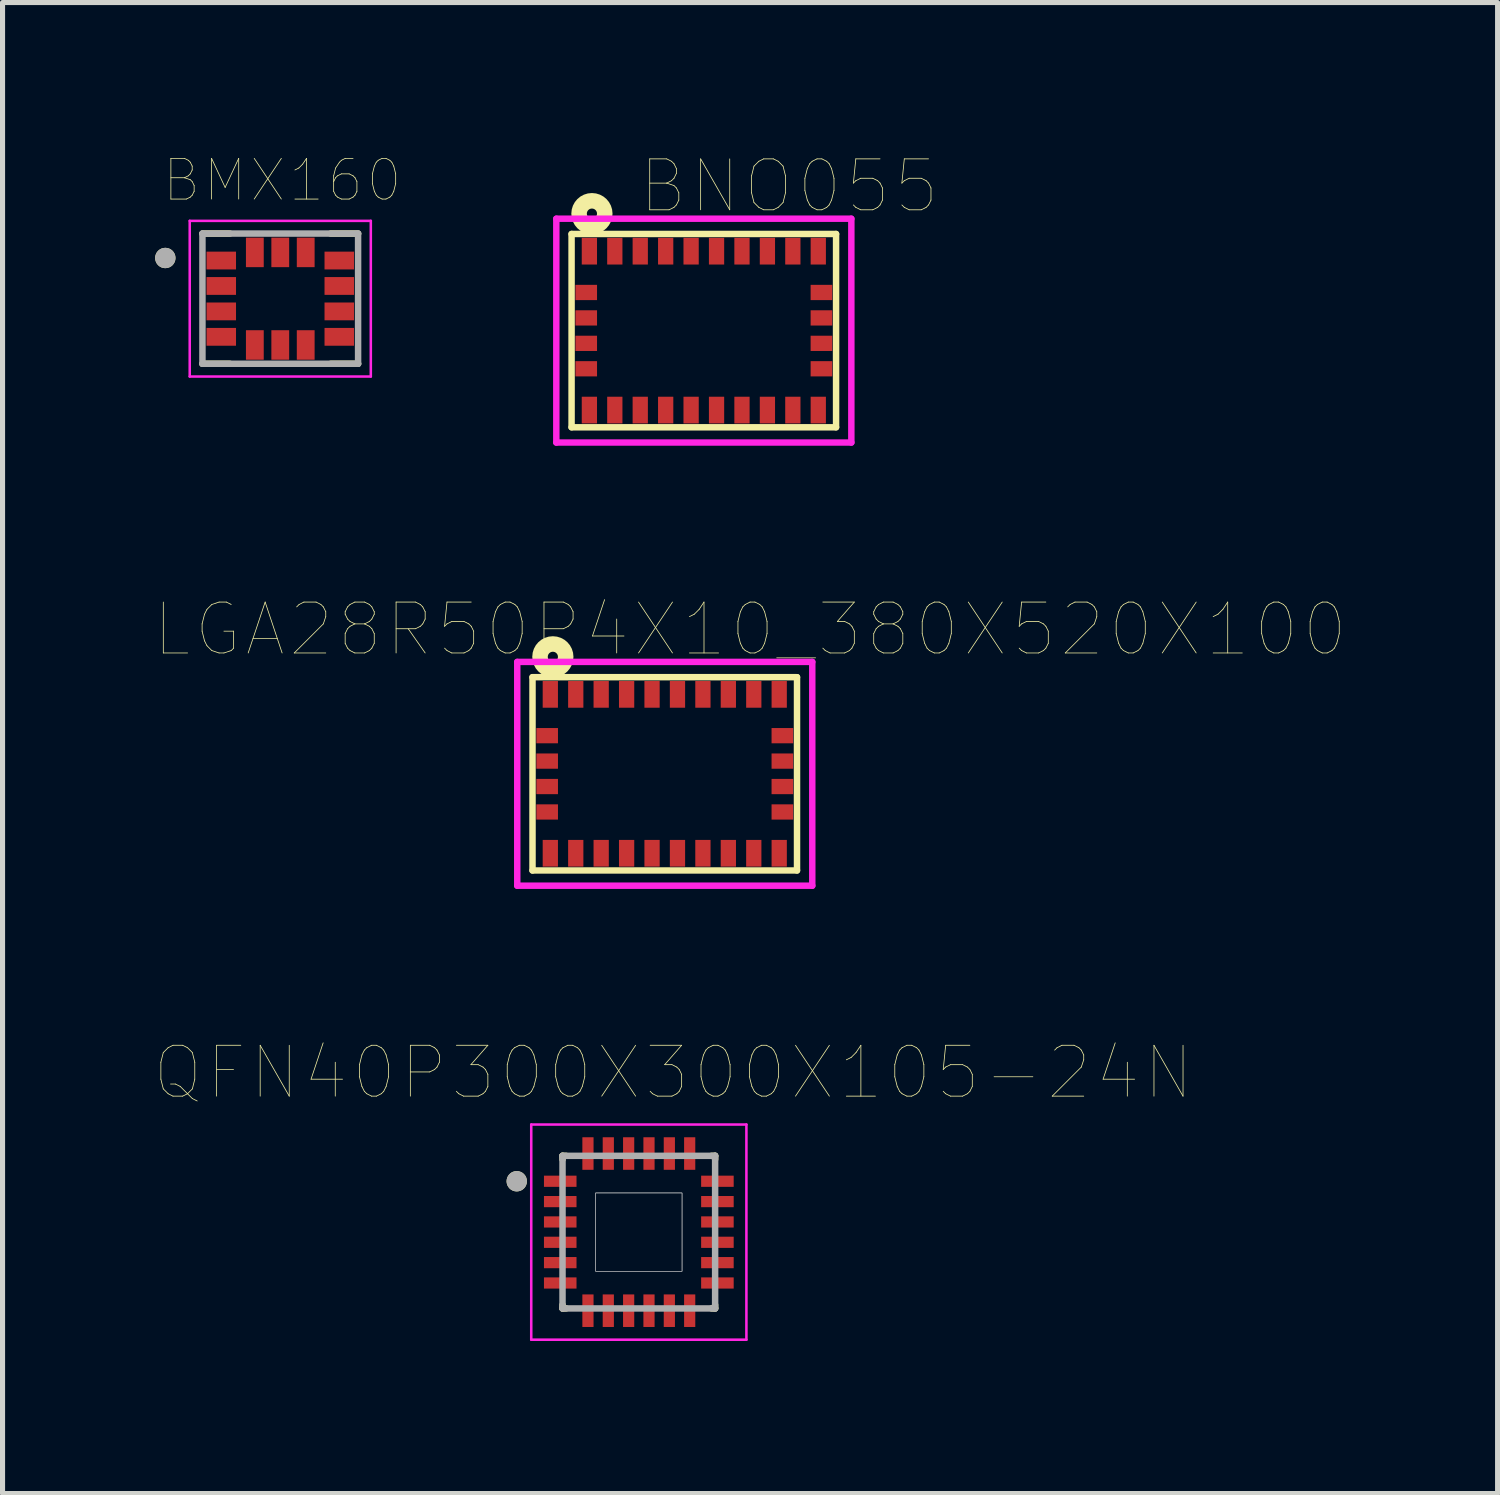
<source format=kicad_pcb>
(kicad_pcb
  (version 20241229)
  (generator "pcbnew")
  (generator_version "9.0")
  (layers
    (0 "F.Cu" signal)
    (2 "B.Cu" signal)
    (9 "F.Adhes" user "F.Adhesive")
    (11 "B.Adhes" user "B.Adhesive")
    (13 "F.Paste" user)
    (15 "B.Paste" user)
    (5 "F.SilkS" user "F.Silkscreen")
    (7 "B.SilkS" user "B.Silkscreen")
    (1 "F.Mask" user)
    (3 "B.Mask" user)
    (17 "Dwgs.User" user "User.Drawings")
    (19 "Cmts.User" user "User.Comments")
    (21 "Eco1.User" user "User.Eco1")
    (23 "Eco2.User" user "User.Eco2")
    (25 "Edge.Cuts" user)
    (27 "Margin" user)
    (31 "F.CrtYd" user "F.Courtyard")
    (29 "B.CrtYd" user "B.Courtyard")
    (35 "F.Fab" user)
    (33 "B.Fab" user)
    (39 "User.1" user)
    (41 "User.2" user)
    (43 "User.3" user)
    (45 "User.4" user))
  (footprint "QFN40P300X300X105-24N"
    (layer "F.Cu")
    (at 9.509 21.173)
    (property "Reference" "QFN40P300X300X105-24N" (at 0.675 -3.135 0) (layer "F.SilkS") (effects (font (size 1 1) (thickness 0.015))))
    (attr through_hole)
    (fp_line (start -1.5 -1.5) (end -1.5 -1.43) (stroke (width 0.127) (type solid)) (layer "F.SilkS"))
    (fp_line (start -1.5 1.43) (end -1.5 1.5) (stroke (width 0.127) (type solid)) (layer "F.SilkS"))
    (fp_line (start -1.5 1.5) (end -1.43 1.5) (stroke (width 0.127) (type solid)) (layer "F.SilkS"))
    (fp_line (start -1.43 -1.5) (end -1.5 -1.5) (stroke (width 0.127) (type solid)) (layer "F.SilkS"))
    (fp_line (start 1.43 1.5) (end 1.5 1.5) (stroke (width 0.127) (type solid)) (layer "F.SilkS"))
    (fp_line (start 1.5 -1.5) (end 1.43 -1.5) (stroke (width 0.127) (type solid)) (layer "F.SilkS"))
    (fp_line (start 1.5 -1.43) (end 1.5 -1.5) (stroke (width 0.127) (type solid)) (layer "F.SilkS"))
    (fp_line (start 1.5 1.5) (end 1.5 1.43) (stroke (width 0.127) (type solid)) (layer "F.SilkS"))
    (fp_circle (center -2.4 -1) (end -2.3 -1) (stroke (width 0.2) (type solid)) (fill no) (layer "F.SilkS"))
    (fp_poly (pts (xy -0.85 -0.77) (xy 0.85 -0.77) (xy 0.85 0.77) (xy -0.85 0.77)) (stroke (width 0.01) (type solid)) (fill no) (layer "Dwgs.User"))
    (fp_poly (pts (xy -0.85 -0.77) (xy 0.85 -0.77) (xy 0.85 0.77) (xy -0.85 0.77)) (stroke (width 0.01) (type solid)) (fill no) (layer "Dwgs.User"))
    (fp_line (start -2.115 -2.115) (end 2.115 -2.115) (stroke (width 0.05) (type solid)) (layer "F.CrtYd"))
    (fp_line (start -2.115 2.115) (end -2.115 -2.115) (stroke (width 0.05) (type solid)) (layer "F.CrtYd"))
    (fp_line (start 2.115 -2.115) (end 2.115 2.115) (stroke (width 0.05) (type solid)) (layer "F.CrtYd"))
    (fp_line (start 2.115 2.115) (end -2.115 2.115) (stroke (width 0.05) (type solid)) (layer "F.CrtYd"))
    (fp_line (start -1.5 -1.5) (end 1.5 -1.5) (stroke (width 0.127) (type solid)) (layer "F.Fab"))
    (fp_line (start -1.5 1.5) (end -1.5 -1.5) (stroke (width 0.127) (type solid)) (layer "F.Fab"))
    (fp_line (start 1.5 -1.5) (end 1.5 1.5) (stroke (width 0.127) (type solid)) (layer "F.Fab"))
    (fp_line (start 1.5 1.5) (end -1.5 1.5) (stroke (width 0.127) (type solid)) (layer "F.Fab"))
    (fp_circle (center -2.4 -1) (end -2.3 -1) (stroke (width 0.2) (type solid)) (fill no) (layer "F.Fab"))
    (pad "1" smd rect (at -1.545 -1) (size 0.64 0.22) (layers "F.Cu" "F.Mask" "F.Paste"))
    (pad "2" smd rect (at -1.545 -0.6) (size 0.64 0.22) (layers "F.Cu" "F.Mask" "F.Paste"))
    (pad "3" smd rect (at -1.545 -0.2) (size 0.64 0.22) (layers "F.Cu" "F.Mask" "F.Paste"))
    (pad "4" smd rect (at -1.545 0.2) (size 0.64 0.22) (layers "F.Cu" "F.Mask" "F.Paste"))
    (pad "5" smd rect (at -1.545 0.6) (size 0.64 0.22) (layers "F.Cu" "F.Mask" "F.Paste"))
    (pad "6" smd rect (at -1.545 1) (size 0.64 0.22) (layers "F.Cu" "F.Mask" "F.Paste"))
    (pad "7" smd rect (at -1 1.545) (size 0.22 0.64) (layers "F.Cu" "F.Mask" "F.Paste"))
    (pad "8" smd rect (at -0.6 1.545) (size 0.22 0.64) (layers "F.Cu" "F.Mask" "F.Paste"))
    (pad "9" smd rect (at -0.2 1.545) (size 0.22 0.64) (layers "F.Cu" "F.Mask" "F.Paste"))
    (pad "10" smd rect (at 0.2 1.545) (size 0.22 0.64) (layers "F.Cu" "F.Mask" "F.Paste"))
    (pad "11" smd rect (at 0.6 1.545) (size 0.22 0.64) (layers "F.Cu" "F.Mask" "F.Paste"))
    (pad "12" smd rect (at 1 1.545) (size 0.22 0.64) (layers "F.Cu" "F.Mask" "F.Paste"))
    (pad "13" smd rect (at 1.545 1) (size 0.64 0.22) (layers "F.Cu" "F.Mask" "F.Paste"))
    (pad "14" smd rect (at 1.545 0.6) (size 0.64 0.22) (layers "F.Cu" "F.Mask" "F.Paste"))
    (pad "15" smd rect (at 1.545 0.2) (size 0.64 0.22) (layers "F.Cu" "F.Mask" "F.Paste"))
    (pad "16" smd rect (at 1.545 -0.2) (size 0.64 0.22) (layers "F.Cu" "F.Mask" "F.Paste"))
    (pad "17" smd rect (at 1.545 -0.6) (size 0.64 0.22) (layers "F.Cu" "F.Mask" "F.Paste"))
    (pad "18" smd rect (at 1.545 -1) (size 0.64 0.22) (layers "F.Cu" "F.Mask" "F.Paste"))
    (pad "19" smd rect (at 1 -1.545) (size 0.22 0.64) (layers "F.Cu" "F.Mask" "F.Paste"))
    (pad "20" smd rect (at 0.6 -1.545) (size 0.22 0.64) (layers "F.Cu" "F.Mask" "F.Paste"))
    (pad "21" smd rect (at 0.2 -1.545) (size 0.22 0.64) (layers "F.Cu" "F.Mask" "F.Paste"))
    (pad "22" smd rect (at -0.2 -1.545) (size 0.22 0.64) (layers "F.Cu" "F.Mask" "F.Paste"))
    (pad "23" smd rect (at -0.6 -1.545) (size 0.22 0.64) (layers "F.Cu" "F.Mask" "F.Paste"))
    (pad "24" smd rect (at -1 -1.545) (size 0.22 0.64) (layers "F.Cu" "F.Mask" "F.Paste")))
  (footprint "LGA28R50P4X10_380X520X100"
    (layer "F.Cu")
    (at 10.019 12.163)
    (property "Reference" "LGA28R50P4X10_380X520X100" (at 1.677 -2.838 0) (layer "F.SilkS") (effects (font (size 1.001 1.001) (thickness 0.015))))
    (attr through_hole)
    (fp_line (start -2.6 -1.9) (end -2.6 1.9) (stroke (width 0.127) (type solid)) (layer "F.SilkS"))
    (fp_line (start -2.6 1.9) (end 2.6 1.9) (stroke (width 0.127) (type solid)) (layer "F.SilkS"))
    (fp_line (start 2.6 -1.9) (end -2.6 -1.9) (stroke (width 0.127) (type solid)) (layer "F.SilkS"))
    (fp_line (start 2.6 1.9) (end 2.6 -1.9) (stroke (width 0.127) (type solid)) (layer "F.SilkS"))
    (fp_circle (center -2.2 -2.3) (end -2.1 -2.3) (stroke (width 0.305) (type solid)) (fill no) (layer "F.SilkS"))
    (fp_line (start -2.9 -2.2) (end 2.9 -2.2) (stroke (width 0.127) (type solid)) (layer "F.CrtYd"))
    (fp_line (start -2.9 2.2) (end -2.9 -2.2) (stroke (width 0.127) (type solid)) (layer "F.CrtYd"))
    (fp_line (start 2.9 -2.2) (end 2.9 2.2) (stroke (width 0.127) (type solid)) (layer "F.CrtYd"))
    (fp_line (start 2.9 2.2) (end -2.9 2.2) (stroke (width 0.127) (type solid)) (layer "F.CrtYd"))
    (pad "1" smd rect (at -2.25 -1.562) (size 0.3 0.525) (layers "F.Cu" "F.Mask" "F.Paste"))
    (pad "2" smd rect (at -2.312 -0.75) (size 0.425 0.3) (layers "F.Cu" "F.Mask" "F.Paste"))
    (pad "3" smd rect (at -2.312 -0.25) (size 0.425 0.3) (layers "F.Cu" "F.Mask" "F.Paste"))
    (pad "4" smd rect (at -2.312 0.25) (size 0.425 0.3) (layers "F.Cu" "F.Mask" "F.Paste"))
    (pad "5" smd rect (at -2.312 0.75) (size 0.425 0.3) (layers "F.Cu" "F.Mask" "F.Paste"))
    (pad "6" smd rect (at -2.25 1.562) (size 0.3 0.525) (layers "F.Cu" "F.Mask" "F.Paste"))
    (pad "7" smd rect (at -1.75 1.562) (size 0.3 0.525) (layers "F.Cu" "F.Mask" "F.Paste"))
    (pad "8" smd rect (at -1.25 1.562) (size 0.3 0.525) (layers "F.Cu" "F.Mask" "F.Paste"))
    (pad "9" smd rect (at -0.75 1.562) (size 0.3 0.525) (layers "F.Cu" "F.Mask" "F.Paste"))
    (pad "10" smd rect (at -0.25 1.562) (size 0.3 0.525) (layers "F.Cu" "F.Mask" "F.Paste"))
    (pad "11" smd rect (at 0.25 1.562) (size 0.3 0.525) (layers "F.Cu" "F.Mask" "F.Paste"))
    (pad "12" smd rect (at 0.75 1.562) (size 0.3 0.525) (layers "F.Cu" "F.Mask" "F.Paste"))
    (pad "13" smd rect (at 1.25 1.562) (size 0.3 0.525) (layers "F.Cu" "F.Mask" "F.Paste"))
    (pad "14" smd rect (at 1.75 1.562) (size 0.3 0.525) (layers "F.Cu" "F.Mask" "F.Paste"))
    (pad "15" smd rect (at 2.25 1.562) (size 0.3 0.525) (layers "F.Cu" "F.Mask" "F.Paste"))
    (pad "16" smd rect (at 2.312 0.75) (size 0.425 0.3) (layers "F.Cu" "F.Mask" "F.Paste"))
    (pad "17" smd rect (at 2.312 0.25) (size 0.425 0.3) (layers "F.Cu" "F.Mask" "F.Paste"))
    (pad "18" smd rect (at 2.312 -0.25) (size 0.425 0.3) (layers "F.Cu" "F.Mask" "F.Paste"))
    (pad "19" smd rect (at 2.312 -0.75) (size 0.425 0.3) (layers "F.Cu" "F.Mask" "F.Paste"))
    (pad "20" smd rect (at 2.25 -1.562) (size 0.3 0.525) (layers "F.Cu" "F.Mask" "F.Paste"))
    (pad "21" smd rect (at 1.75 -1.562) (size 0.3 0.525) (layers "F.Cu" "F.Mask" "F.Paste"))
    (pad "22" smd rect (at 1.25 -1.562) (size 0.3 0.525) (layers "F.Cu" "F.Mask" "F.Paste"))
    (pad "23" smd rect (at 0.75 -1.562) (size 0.3 0.525) (layers "F.Cu" "F.Mask" "F.Paste"))
    (pad "24" smd rect (at 0.25 -1.562) (size 0.3 0.525) (layers "F.Cu" "F.Mask" "F.Paste"))
    (pad "25" smd rect (at -0.25 -1.562) (size 0.3 0.525) (layers "F.Cu" "F.Mask" "F.Paste"))
    (pad "26" smd rect (at -0.75 -1.562) (size 0.3 0.525) (layers "F.Cu" "F.Mask" "F.Paste"))
    (pad "27" smd rect (at -1.25 -1.562) (size 0.3 0.525) (layers "F.Cu" "F.Mask" "F.Paste"))
    (pad "28" smd rect (at -1.75 -1.562) (size 0.3 0.525) (layers "F.Cu" "F.Mask" "F.Paste")))
  (footprint "BMX160"
    (layer "F.Cu")
    (at 2.46 2.822)
    (property "Reference" "BMX160" (at 0.04 -2.328 0) (layer "F.SilkS") (effects (font (size 0.8 0.8) (thickness 0.015))))
    (attr through_hole)
    (fp_line (start -1.53 -1.28) (end -0.99 -1.28) (stroke (width 0.127) (type solid)) (layer "F.SilkS"))
    (fp_line (start -1.53 1.28) (end -0.99 1.28) (stroke (width 0.127) (type solid)) (layer "F.SilkS"))
    (fp_line (start 1.53 -1.28) (end 0.99 -1.28) (stroke (width 0.127) (type solid)) (layer "F.SilkS"))
    (fp_line (start 1.53 1.28) (end 0.99 1.28) (stroke (width 0.127) (type solid)) (layer "F.SilkS"))
    (fp_circle (center -2.26 -0.8) (end -2.16 -0.8) (stroke (width 0.2) (type solid)) (fill no) (layer "F.SilkS"))
    (fp_line (start -1.78 -1.53) (end 1.78 -1.53) (stroke (width 0.05) (type solid)) (layer "F.CrtYd"))
    (fp_line (start -1.78 1.53) (end -1.78 -1.53) (stroke (width 0.05) (type solid)) (layer "F.CrtYd"))
    (fp_line (start 1.78 -1.53) (end 1.78 1.53) (stroke (width 0.05) (type solid)) (layer "F.CrtYd"))
    (fp_line (start 1.78 1.53) (end -1.78 1.53) (stroke (width 0.05) (type solid)) (layer "F.CrtYd"))
    (fp_line (start -1.53 -1.28) (end -1.53 1.28) (stroke (width 0.127) (type solid)) (layer "F.Fab"))
    (fp_line (start -1.53 1.28) (end 1.53 1.28) (stroke (width 0.127) (type solid)) (layer "F.Fab"))
    (fp_line (start 1.53 -1.28) (end -1.53 -1.28) (stroke (width 0.127) (type solid)) (layer "F.Fab"))
    (fp_line (start 1.53 1.28) (end 1.53 -1.28) (stroke (width 0.127) (type solid)) (layer "F.Fab"))
    (fp_circle (center -2.26 -0.8) (end -2.16 -0.8) (stroke (width 0.2) (type solid)) (fill no) (layer "F.Fab"))
    (pad "1" smd rect (at -1.16 -0.75) (size 0.58 0.35) (layers "F.Cu" "F.Mask" "F.Paste"))
    (pad "2" smd rect (at -1.16 -0.25) (size 0.58 0.35) (layers "F.Cu" "F.Mask" "F.Paste"))
    (pad "3" smd rect (at -1.16 0.25) (size 0.58 0.35) (layers "F.Cu" "F.Mask" "F.Paste"))
    (pad "4" smd rect (at -1.16 0.75) (size 0.58 0.35) (layers "F.Cu" "F.Mask" "F.Paste"))
    (pad "5" smd rect (at -0.5 0.91) (size 0.35 0.58) (layers "F.Cu" "F.Mask" "F.Paste"))
    (pad "6" smd rect (at 0 0.91) (size 0.35 0.58) (layers "F.Cu" "F.Mask" "F.Paste"))
    (pad "7" smd rect (at 0.5 0.91) (size 0.35 0.58) (layers "F.Cu" "F.Mask" "F.Paste"))
    (pad "8" smd rect (at 1.16 0.75) (size 0.58 0.35) (layers "F.Cu" "F.Mask" "F.Paste"))
    (pad "9" smd rect (at 1.16 0.25) (size 0.58 0.35) (layers "F.Cu" "F.Mask" "F.Paste"))
    (pad "10" smd rect (at 1.16 -0.25) (size 0.58 0.35) (layers "F.Cu" "F.Mask" "F.Paste"))
    (pad "11" smd rect (at 1.16 -0.75) (size 0.58 0.35) (layers "F.Cu" "F.Mask" "F.Paste"))
    (pad "12" smd rect (at 0.5 -0.91) (size 0.35 0.58) (layers "F.Cu" "F.Mask" "F.Paste"))
    (pad "13" smd rect (at 0 -0.91) (size 0.35 0.58) (layers "F.Cu" "F.Mask" "F.Paste"))
    (pad "14" smd rect (at -0.5 -0.91) (size 0.35 0.58) (layers "F.Cu" "F.Mask" "F.Paste")))
  (footprint "BNO055"
    (layer "F.Cu")
    (at 10.787 3.45)
    (property "Reference" "BNO055" (at 1.677 -2.838 0) (layer "F.SilkS") (effects (font (size 1.001 1.001) (thickness 0.015))))
    (attr through_hole)
    (fp_line (start -2.6 -1.9) (end -2.6 1.9) (stroke (width 0.127) (type solid)) (layer "F.SilkS"))
    (fp_line (start -2.6 1.9) (end 2.6 1.9) (stroke (width 0.127) (type solid)) (layer "F.SilkS"))
    (fp_line (start 2.6 -1.9) (end -2.6 -1.9) (stroke (width 0.127) (type solid)) (layer "F.SilkS"))
    (fp_line (start 2.6 1.9) (end 2.6 -1.9) (stroke (width 0.127) (type solid)) (layer "F.SilkS"))
    (fp_circle (center -2.2 -2.3) (end -2.1 -2.3) (stroke (width 0.305) (type solid)) (fill no) (layer "F.SilkS"))
    (fp_line (start -2.9 -2.2) (end 2.9 -2.2) (stroke (width 0.127) (type solid)) (layer "F.CrtYd"))
    (fp_line (start -2.9 2.2) (end -2.9 -2.2) (stroke (width 0.127) (type solid)) (layer "F.CrtYd"))
    (fp_line (start 2.9 -2.2) (end 2.9 2.2) (stroke (width 0.127) (type solid)) (layer "F.CrtYd"))
    (fp_line (start 2.9 2.2) (end -2.9 2.2) (stroke (width 0.127) (type solid)) (layer "F.CrtYd"))
    (pad "1" smd rect (at -2.25 -1.562) (size 0.3 0.525) (layers "F.Cu" "F.Mask" "F.Paste"))
    (pad "2" smd rect (at -2.312 -0.75) (size 0.425 0.3) (layers "F.Cu" "F.Mask" "F.Paste"))
    (pad "3" smd rect (at -2.312 -0.25) (size 0.425 0.3) (layers "F.Cu" "F.Mask" "F.Paste"))
    (pad "4" smd rect (at -2.312 0.25) (size 0.425 0.3) (layers "F.Cu" "F.Mask" "F.Paste"))
    (pad "5" smd rect (at -2.312 0.75) (size 0.425 0.3) (layers "F.Cu" "F.Mask" "F.Paste"))
    (pad "6" smd rect (at -2.25 1.562) (size 0.3 0.525) (layers "F.Cu" "F.Mask" "F.Paste"))
    (pad "7" smd rect (at -1.75 1.562) (size 0.3 0.525) (layers "F.Cu" "F.Mask" "F.Paste"))
    (pad "8" smd rect (at -1.25 1.562) (size 0.3 0.525) (layers "F.Cu" "F.Mask" "F.Paste"))
    (pad "9" smd rect (at -0.75 1.562) (size 0.3 0.525) (layers "F.Cu" "F.Mask" "F.Paste"))
    (pad "10" smd rect (at -0.25 1.562) (size 0.3 0.525) (layers "F.Cu" "F.Mask" "F.Paste"))
    (pad "11" smd rect (at 0.25 1.562) (size 0.3 0.525) (layers "F.Cu" "F.Mask" "F.Paste"))
    (pad "12" smd rect (at 0.75 1.562) (size 0.3 0.525) (layers "F.Cu" "F.Mask" "F.Paste"))
    (pad "13" smd rect (at 1.25 1.562) (size 0.3 0.525) (layers "F.Cu" "F.Mask" "F.Paste"))
    (pad "14" smd rect (at 1.75 1.562) (size 0.3 0.525) (layers "F.Cu" "F.Mask" "F.Paste"))
    (pad "15" smd rect (at 2.25 1.562) (size 0.3 0.525) (layers "F.Cu" "F.Mask" "F.Paste"))
    (pad "16" smd rect (at 2.312 0.75) (size 0.425 0.3) (layers "F.Cu" "F.Mask" "F.Paste"))
    (pad "17" smd rect (at 2.312 0.25) (size 0.425 0.3) (layers "F.Cu" "F.Mask" "F.Paste"))
    (pad "18" smd rect (at 2.312 -0.25) (size 0.425 0.3) (layers "F.Cu" "F.Mask" "F.Paste"))
    (pad "19" smd rect (at 2.312 -0.75) (size 0.425 0.3) (layers "F.Cu" "F.Mask" "F.Paste"))
    (pad "20" smd rect (at 2.25 -1.562) (size 0.3 0.525) (layers "F.Cu" "F.Mask" "F.Paste"))
    (pad "21" smd rect (at 1.75 -1.562) (size 0.3 0.525) (layers "F.Cu" "F.Mask" "F.Paste"))
    (pad "22" smd rect (at 1.25 -1.562) (size 0.3 0.525) (layers "F.Cu" "F.Mask" "F.Paste"))
    (pad "23" smd rect (at 0.75 -1.562) (size 0.3 0.525) (layers "F.Cu" "F.Mask" "F.Paste"))
    (pad "24" smd rect (at 0.25 -1.562) (size 0.3 0.525) (layers "F.Cu" "F.Mask" "F.Paste"))
    (pad "25" smd rect (at -0.25 -1.562) (size 0.3 0.525) (layers "F.Cu" "F.Mask" "F.Paste"))
    (pad "26" smd rect (at -0.75 -1.562) (size 0.3 0.525) (layers "F.Cu" "F.Mask" "F.Paste"))
    (pad "27" smd rect (at -1.25 -1.562) (size 0.3 0.525) (layers "F.Cu" "F.Mask" "F.Paste"))
    (pad "28" smd rect (at -1.75 -1.562) (size 0.3 0.525) (layers "F.Cu" "F.Mask" "F.Paste")))
  (gr_rect
    (start -3 -3)
    (end 26.392 26.313)
    (stroke (width 0.1) (type default))
    (fill no)
    (layer "Edge.Cuts")))
</source>
